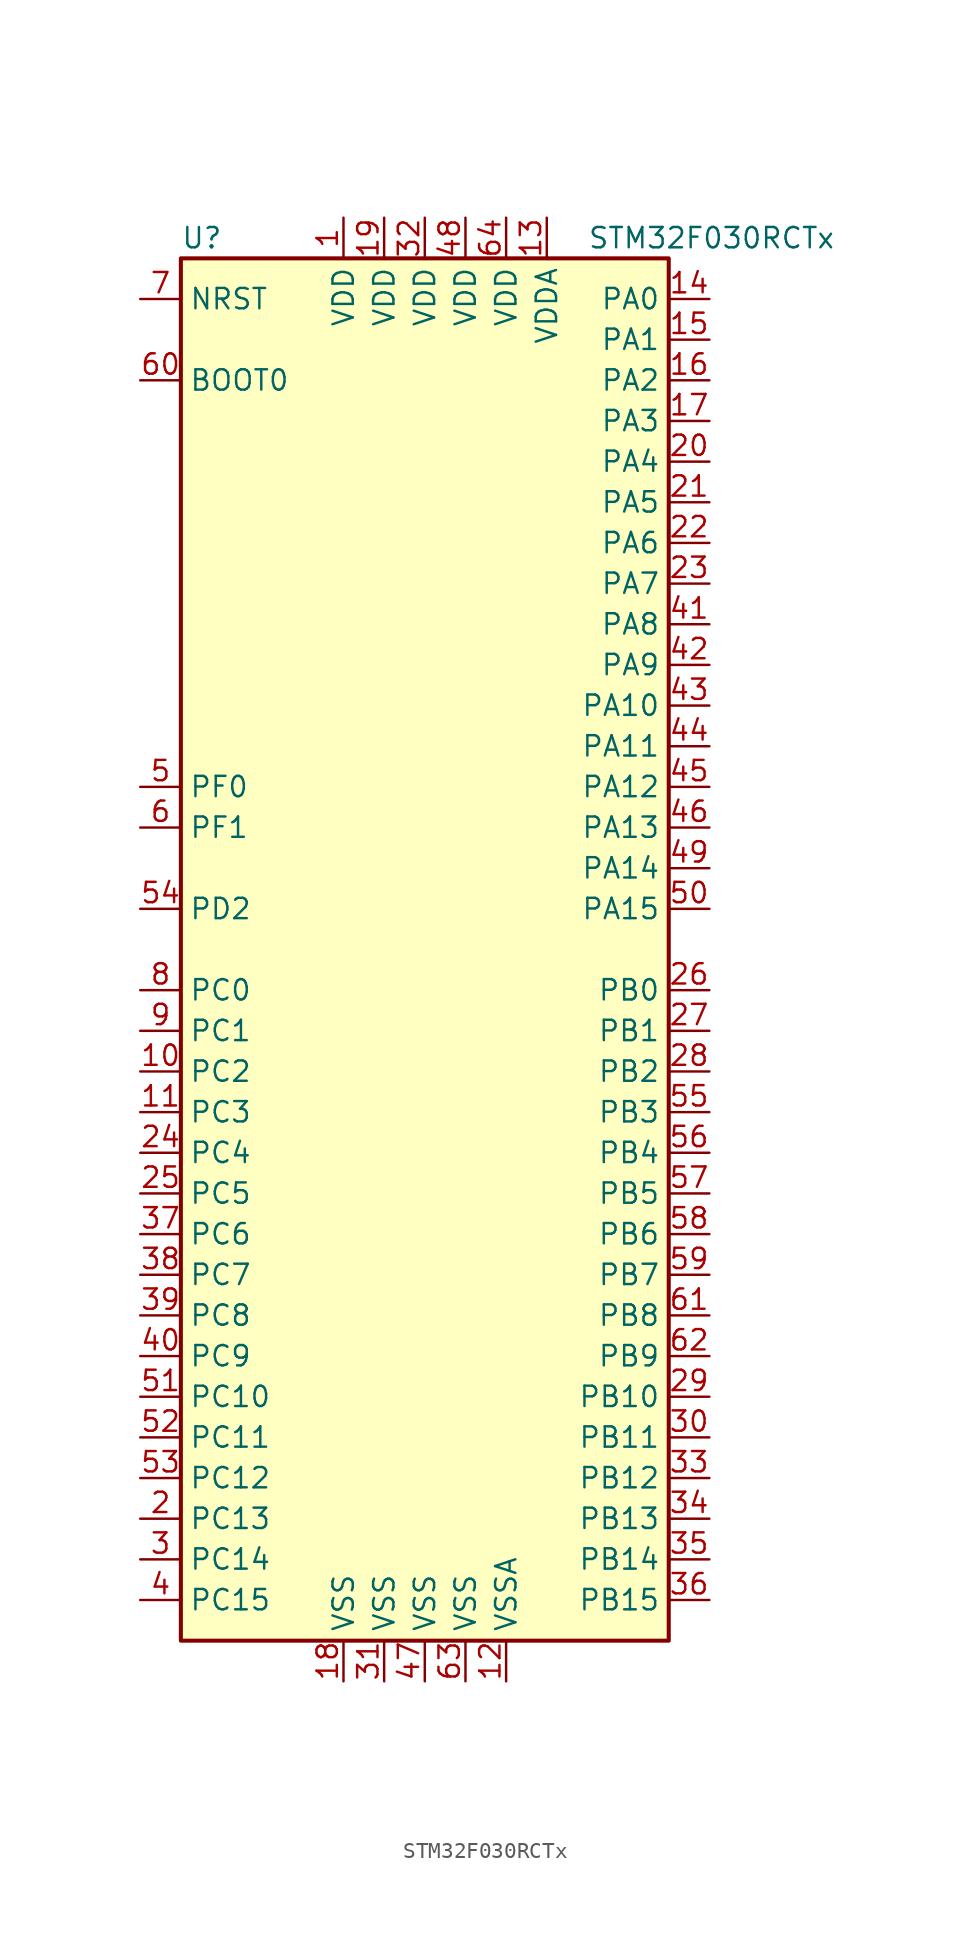
<source format=kicad_sym>
(kicad_symbol_lib
  (version 20211014)
  (generator kicad_symbol_editor)
  (symbol "STM32F030RCTx"
    (property "Reference" "U"
      (at -15.24 44.45 0)
      (effects (font (size 1.27 1.27)) (justify left)))
    (property "Value" "STM32F030RCTx"
      (at 10.16 44.45 0)
      (effects (font (size 1.27 1.27)) (justify left)))
    (symbol "STM32F030RCTx_0_1"
      (rectangle (start -15.24 -43.18) (end 15.24 43.18) (stroke (width 0.254) (type default) (color 0 0 0 0)) (fill (type background))))
    (symbol "STM32F030RCTx_1_1"
      (pin power_in line (at -5.08 45.72 270) (length 2.54) (name "VDD" (effects (font (size 1.27 1.27)))) (number "1" (effects (font (size 1.27 1.27)))))
      (pin bidirectional line (at -17.78 -7.62 0) (length 2.54) (name "PC2" (effects (font (size 1.27 1.27)))) (number "10" (effects (font (size 1.27 1.27)))))
      (pin bidirectional line (at -17.78 -10.16 0) (length 2.54) (name "PC3" (effects (font (size 1.27 1.27)))) (number "11" (effects (font (size 1.27 1.27)))))
      (pin power_in line (at 5.08 -45.72 90) (length 2.54) (name "VSSA" (effects (font (size 1.27 1.27)))) (number "12" (effects (font (size 1.27 1.27)))))
      (pin power_in line (at 7.62 45.72 270) (length 2.54) (name "VDDA" (effects (font (size 1.27 1.27)))) (number "13" (effects (font (size 1.27 1.27)))))
      (pin bidirectional line (at 17.78 40.64 180) (length 2.54) (name "PA0" (effects (font (size 1.27 1.27)))) (number "14" (effects (font (size 1.27 1.27)))))
      (pin bidirectional line (at 17.78 38.1 180) (length 2.54) (name "PA1" (effects (font (size 1.27 1.27)))) (number "15" (effects (font (size 1.27 1.27)))))
      (pin bidirectional line (at 17.78 35.56 180) (length 2.54) (name "PA2" (effects (font (size 1.27 1.27)))) (number "16" (effects (font (size 1.27 1.27)))))
      (pin bidirectional line (at 17.78 33.02 180) (length 2.54) (name "PA3" (effects (font (size 1.27 1.27)))) (number "17" (effects (font (size 1.27 1.27)))))
      (pin power_in line (at -5.08 -45.72 90) (length 2.54) (name "VSS" (effects (font (size 1.27 1.27)))) (number "18" (effects (font (size 1.27 1.27)))))
      (pin power_in line (at -2.54 45.72 270) (length 2.54) (name "VDD" (effects (font (size 1.27 1.27)))) (number "19" (effects (font (size 1.27 1.27)))))
      (pin bidirectional line (at -17.78 -35.56 0) (length 2.54) (name "PC13" (effects (font (size 1.27 1.27)))) (number "2" (effects (font (size 1.27 1.27)))))
      (pin bidirectional line (at 17.78 30.48 180) (length 2.54) (name "PA4" (effects (font (size 1.27 1.27)))) (number "20" (effects (font (size 1.27 1.27)))))
      (pin bidirectional line (at 17.78 27.94 180) (length 2.54) (name "PA5" (effects (font (size 1.27 1.27)))) (number "21" (effects (font (size 1.27 1.27)))))
      (pin bidirectional line (at 17.78 25.4 180) (length 2.54) (name "PA6" (effects (font (size 1.27 1.27)))) (number "22" (effects (font (size 1.27 1.27)))))
      (pin bidirectional line (at 17.78 22.86 180) (length 2.54) (name "PA7" (effects (font (size 1.27 1.27)))) (number "23" (effects (font (size 1.27 1.27)))))
      (pin bidirectional line (at -17.78 -12.7 0) (length 2.54) (name "PC4" (effects (font (size 1.27 1.27)))) (number "24" (effects (font (size 1.27 1.27)))))
      (pin bidirectional line (at -17.78 -15.24 0) (length 2.54) (name "PC5" (effects (font (size 1.27 1.27)))) (number "25" (effects (font (size 1.27 1.27)))))
      (pin bidirectional line (at 17.78 -2.54 180) (length 2.54) (name "PB0" (effects (font (size 1.27 1.27)))) (number "26" (effects (font (size 1.27 1.27)))))
      (pin bidirectional line (at 17.78 -5.08 180) (length 2.54) (name "PB1" (effects (font (size 1.27 1.27)))) (number "27" (effects (font (size 1.27 1.27)))))
      (pin bidirectional line (at 17.78 -7.62 180) (length 2.54) (name "PB2" (effects (font (size 1.27 1.27)))) (number "28" (effects (font (size 1.27 1.27)))))
      (pin bidirectional line (at 17.78 -27.94 180) (length 2.54) (name "PB10" (effects (font (size 1.27 1.27)))) (number "29" (effects (font (size 1.27 1.27)))))
      (pin bidirectional line (at -17.78 -38.1 0) (length 2.54) (name "PC14" (effects (font (size 1.27 1.27)))) (number "3" (effects (font (size 1.27 1.27)))))
      (pin bidirectional line (at 17.78 -30.48 180) (length 2.54) (name "PB11" (effects (font (size 1.27 1.27)))) (number "30" (effects (font (size 1.27 1.27)))))
      (pin power_in line (at -2.54 -45.72 90) (length 2.54) (name "VSS" (effects (font (size 1.27 1.27)))) (number "31" (effects (font (size 1.27 1.27)))))
      (pin power_in line (at 0 45.72 270) (length 2.54) (name "VDD" (effects (font (size 1.27 1.27)))) (number "32" (effects (font (size 1.27 1.27)))))
      (pin bidirectional line (at 17.78 -33.02 180) (length 2.54) (name "PB12" (effects (font (size 1.27 1.27)))) (number "33" (effects (font (size 1.27 1.27)))))
      (pin bidirectional line (at 17.78 -35.56 180) (length 2.54) (name "PB13" (effects (font (size 1.27 1.27)))) (number "34" (effects (font (size 1.27 1.27)))))
      (pin bidirectional line (at 17.78 -38.1 180) (length 2.54) (name "PB14" (effects (font (size 1.27 1.27)))) (number "35" (effects (font (size 1.27 1.27)))))
      (pin bidirectional line (at 17.78 -40.64 180) (length 2.54) (name "PB15" (effects (font (size 1.27 1.27)))) (number "36" (effects (font (size 1.27 1.27)))))
      (pin bidirectional line (at -17.78 -17.78 0) (length 2.54) (name "PC6" (effects (font (size 1.27 1.27)))) (number "37" (effects (font (size 1.27 1.27)))))
      (pin bidirectional line (at -17.78 -20.32 0) (length 2.54) (name "PC7" (effects (font (size 1.27 1.27)))) (number "38" (effects (font (size 1.27 1.27)))))
      (pin bidirectional line (at -17.78 -22.86 0) (length 2.54) (name "PC8" (effects (font (size 1.27 1.27)))) (number "39" (effects (font (size 1.27 1.27)))))
      (pin bidirectional line (at -17.78 -40.64 0) (length 2.54) (name "PC15" (effects (font (size 1.27 1.27)))) (number "4" (effects (font (size 1.27 1.27)))))
      (pin bidirectional line (at -17.78 -25.4 0) (length 2.54) (name "PC9" (effects (font (size 1.27 1.27)))) (number "40" (effects (font (size 1.27 1.27)))))
      (pin bidirectional line (at 17.78 20.32 180) (length 2.54) (name "PA8" (effects (font (size 1.27 1.27)))) (number "41" (effects (font (size 1.27 1.27)))))
      (pin bidirectional line (at 17.78 17.78 180) (length 2.54) (name "PA9" (effects (font (size 1.27 1.27)))) (number "42" (effects (font (size 1.27 1.27)))))
      (pin bidirectional line (at 17.78 15.24 180) (length 2.54) (name "PA10" (effects (font (size 1.27 1.27)))) (number "43" (effects (font (size 1.27 1.27)))))
      (pin bidirectional line (at 17.78 12.7 180) (length 2.54) (name "PA11" (effects (font (size 1.27 1.27)))) (number "44" (effects (font (size 1.27 1.27)))))
      (pin bidirectional line (at 17.78 10.16 180) (length 2.54) (name "PA12" (effects (font (size 1.27 1.27)))) (number "45" (effects (font (size 1.27 1.27)))))
      (pin bidirectional line (at 17.78 7.62 180) (length 2.54) (name "PA13" (effects (font (size 1.27 1.27)))) (number "46" (effects (font (size 1.27 1.27)))))
      (pin power_in line (at 0 -45.72 90) (length 2.54) (name "VSS" (effects (font (size 1.27 1.27)))) (number "47" (effects (font (size 1.27 1.27)))))
      (pin power_in line (at 2.54 45.72 270) (length 2.54) (name "VDD" (effects (font (size 1.27 1.27)))) (number "48" (effects (font (size 1.27 1.27)))))
      (pin bidirectional line (at 17.78 5.08 180) (length 2.54) (name "PA14" (effects (font (size 1.27 1.27)))) (number "49" (effects (font (size 1.27 1.27)))))
      (pin input line (at -17.78 10.16 0) (length 2.54) (name "PF0" (effects (font (size 1.27 1.27)))) (number "5" (effects (font (size 1.27 1.27)))))
      (pin bidirectional line (at 17.78 2.54 180) (length 2.54) (name "PA15" (effects (font (size 1.27 1.27)))) (number "50" (effects (font (size 1.27 1.27)))))
      (pin bidirectional line (at -17.78 -27.94 0) (length 2.54) (name "PC10" (effects (font (size 1.27 1.27)))) (number "51" (effects (font (size 1.27 1.27)))))
      (pin bidirectional line (at -17.78 -30.48 0) (length 2.54) (name "PC11" (effects (font (size 1.27 1.27)))) (number "52" (effects (font (size 1.27 1.27)))))
      (pin bidirectional line (at -17.78 -33.02 0) (length 2.54) (name "PC12" (effects (font (size 1.27 1.27)))) (number "53" (effects (font (size 1.27 1.27)))))
      (pin bidirectional line (at -17.78 2.54 0) (length 2.54) (name "PD2" (effects (font (size 1.27 1.27)))) (number "54" (effects (font (size 1.27 1.27)))))
      (pin bidirectional line (at 17.78 -10.16 180) (length 2.54) (name "PB3" (effects (font (size 1.27 1.27)))) (number "55" (effects (font (size 1.27 1.27)))))
      (pin bidirectional line (at 17.78 -12.7 180) (length 2.54) (name "PB4" (effects (font (size 1.27 1.27)))) (number "56" (effects (font (size 1.27 1.27)))))
      (pin bidirectional line (at 17.78 -15.24 180) (length 2.54) (name "PB5" (effects (font (size 1.27 1.27)))) (number "57" (effects (font (size 1.27 1.27)))))
      (pin bidirectional line (at 17.78 -17.78 180) (length 2.54) (name "PB6" (effects (font (size 1.27 1.27)))) (number "58" (effects (font (size 1.27 1.27)))))
      (pin bidirectional line (at 17.78 -20.32 180) (length 2.54) (name "PB7" (effects (font (size 1.27 1.27)))) (number "59" (effects (font (size 1.27 1.27)))))
      (pin input line (at -17.78 7.62 0) (length 2.54) (name "PF1" (effects (font (size 1.27 1.27)))) (number "6" (effects (font (size 1.27 1.27)))))
      (pin input line (at -17.78 35.56 0) (length 2.54) (name "BOOT0" (effects (font (size 1.27 1.27)))) (number "60" (effects (font (size 1.27 1.27)))))
      (pin bidirectional line (at 17.78 -22.86 180) (length 2.54) (name "PB8" (effects (font (size 1.27 1.27)))) (number "61" (effects (font (size 1.27 1.27)))))
      (pin bidirectional line (at 17.78 -25.4 180) (length 2.54) (name "PB9" (effects (font (size 1.27 1.27)))) (number "62" (effects (font (size 1.27 1.27)))))
      (pin power_in line (at 2.54 -45.72 90) (length 2.54) (name "VSS" (effects (font (size 1.27 1.27)))) (number "63" (effects (font (size 1.27 1.27)))))
      (pin power_in line (at 5.08 45.72 270) (length 2.54) (name "VDD" (effects (font (size 1.27 1.27)))) (number "64" (effects (font (size 1.27 1.27)))))
      (pin input line (at -17.78 40.64 0) (length 2.54) (name "NRST" (effects (font (size 1.27 1.27)))) (number "7" (effects (font (size 1.27 1.27)))))
      (pin bidirectional line (at -17.78 -2.54 0) (length 2.54) (name "PC0" (effects (font (size 1.27 1.27)))) (number "8" (effects (font (size 1.27 1.27)))))
      (pin bidirectional line (at -17.78 -5.08 0) (length 2.54) (name "PC1" (effects (font (size 1.27 1.27)))) (number "9" (effects (font (size 1.27 1.27))))))))
</source>
